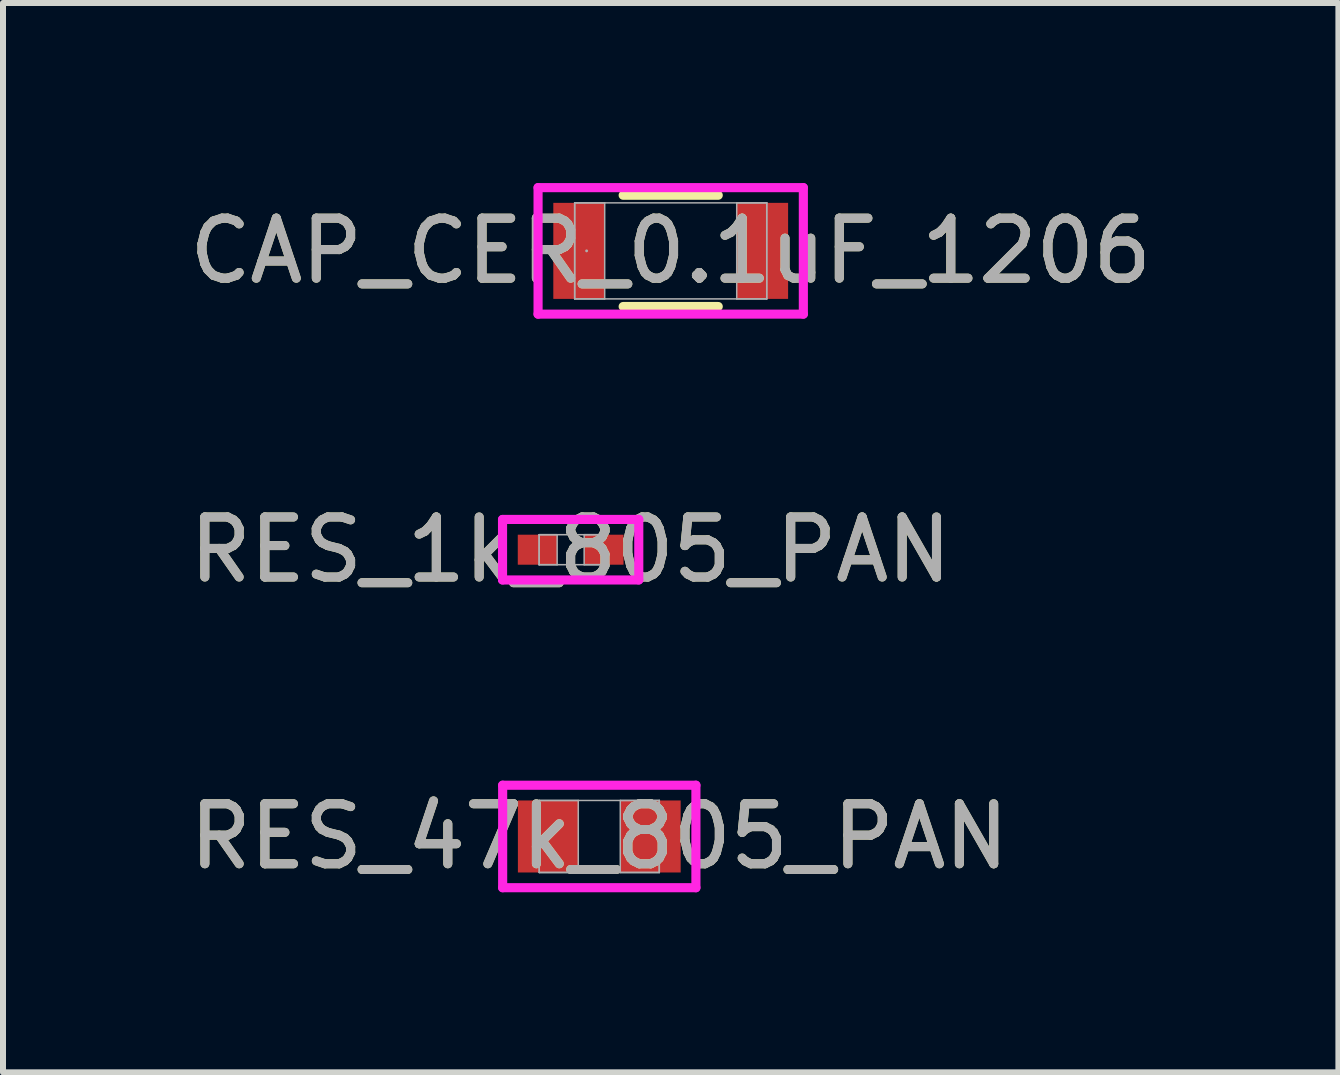
<source format=kicad_pcb>
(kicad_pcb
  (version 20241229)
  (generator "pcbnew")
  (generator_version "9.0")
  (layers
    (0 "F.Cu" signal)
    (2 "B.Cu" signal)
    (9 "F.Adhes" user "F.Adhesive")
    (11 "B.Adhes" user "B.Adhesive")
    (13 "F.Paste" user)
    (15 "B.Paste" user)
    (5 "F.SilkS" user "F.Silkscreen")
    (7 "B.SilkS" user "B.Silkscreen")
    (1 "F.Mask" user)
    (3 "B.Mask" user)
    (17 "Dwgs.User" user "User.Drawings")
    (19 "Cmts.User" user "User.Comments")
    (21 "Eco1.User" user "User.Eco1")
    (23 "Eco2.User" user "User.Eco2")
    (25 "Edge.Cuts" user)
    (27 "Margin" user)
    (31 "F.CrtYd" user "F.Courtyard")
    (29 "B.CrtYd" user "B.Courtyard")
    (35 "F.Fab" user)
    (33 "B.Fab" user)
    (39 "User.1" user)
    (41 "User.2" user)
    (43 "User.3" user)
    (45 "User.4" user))
  (footprint "RES_1k_805_PAN"
    (layer "F.Cu")
    (at 6.458 6.109)
    (property "Reference" "RES_1k_805_PAN" (at 0 0 0) (unlocked yes) (layer "F.SilkS") (effects (font (size 1 1) (thickness 0.15))))
    (attr smd)
    (fp_line (start -1.135 -0.504) (end 1.135 -0.504) (stroke (width 0.152) (type solid)) (layer "F.CrtYd"))
    (fp_line (start -1.135 0.504) (end -1.135 -0.504) (stroke (width 0.152) (type solid)) (layer "F.CrtYd"))
    (fp_line (start 1.135 -0.504) (end 1.135 0.504) (stroke (width 0.152) (type solid)) (layer "F.CrtYd"))
    (fp_line (start 1.135 0.504) (end -1.135 0.504) (stroke (width 0.152) (type solid)) (layer "F.CrtYd"))
    (fp_line (start -0.525 -0.25) (end -0.525 0.25) (stroke (width 0.025) (type solid)) (layer "F.Fab"))
    (fp_line (start -0.525 -0.25) (end -0.525 0.25) (stroke (width 0.025) (type solid)) (layer "F.Fab"))
    (fp_line (start -0.525 0.25) (end -0.225 0.25) (stroke (width 0.025) (type solid)) (layer "F.Fab"))
    (fp_line (start -0.525 0.25) (end 0.525 0.25) (stroke (width 0.025) (type solid)) (layer "F.Fab"))
    (fp_line (start -0.225 -0.25) (end -0.525 -0.25) (stroke (width 0.025) (type solid)) (layer "F.Fab"))
    (fp_line (start -0.225 0.25) (end -0.225 -0.25) (stroke (width 0.025) (type solid)) (layer "F.Fab"))
    (fp_line (start 0.225 -0.25) (end 0.225 0.25) (stroke (width 0.025) (type solid)) (layer "F.Fab"))
    (fp_line (start 0.225 0.25) (end 0.525 0.25) (stroke (width 0.025) (type solid)) (layer "F.Fab"))
    (fp_line (start 0.525 -0.25) (end -0.525 -0.25) (stroke (width 0.025) (type solid)) (layer "F.Fab"))
    (fp_line (start 0.525 -0.25) (end 0.225 -0.25) (stroke (width 0.025) (type solid)) (layer "F.Fab"))
    (fp_line (start 0.525 0.25) (end 0.525 -0.25) (stroke (width 0.025) (type solid)) (layer "F.Fab"))
    (fp_line (start 0.525 0.25) (end 0.525 -0.25) (stroke (width 0.025) (type solid)) (layer "F.Fab"))
    (fp_text user "${REFERENCE}" (at 0 0 0) (unlocked yes) (layer "F.Fab") (effects (font (size 1 1) (thickness 0.15))))
    (pad "1" smd rect (at -0.553 0) (size 0.656 0.5) (layers "F.Cu" "F.Mask" "F.Paste"))
    (pad "2" smd rect (at 0.553 0) (size 0.656 0.5) (layers "F.Cu" "F.Mask" "F.Paste"))
    (zone (net_name "") (layer "F.Cu") (hatch full 0.508) (connect_pads) (min_thickness 0.254) (filled_areas_thickness no) (keepout (tracks not_allowed) (vias not_allowed) (pads allowed) (copperpour not_allowed) (footprints allowed)) (placement (enabled no)) (fill) (polygon (pts (xy 6.284 5.909) (xy 6.633 5.909) (xy 6.633 6.308) (xy 6.284 6.308)))))
  (footprint "RES_47k_805_PAN"
    (layer "F.Cu")
    (at 6.935 10.887)
    (property "Reference" "RES_47k_805_PAN" (at 0 0 0) (unlocked yes) (layer "F.SilkS") (effects (font (size 1 1) (thickness 0.15))))
    (attr smd)
    (fp_line (start -1.61 -0.854) (end 1.61 -0.854) (stroke (width 0.152) (type solid)) (layer "F.CrtYd"))
    (fp_line (start -1.61 0.854) (end -1.61 -0.854) (stroke (width 0.152) (type solid)) (layer "F.CrtYd"))
    (fp_line (start 1.61 -0.854) (end 1.61 0.854) (stroke (width 0.152) (type solid)) (layer "F.CrtYd"))
    (fp_line (start 1.61 0.854) (end -1.61 0.854) (stroke (width 0.152) (type solid)) (layer "F.CrtYd"))
    (fp_line (start -1 -0.6) (end -1 0.6) (stroke (width 0.025) (type solid)) (layer "F.Fab"))
    (fp_line (start -1 -0.6) (end -1 0.6) (stroke (width 0.025) (type solid)) (layer "F.Fab"))
    (fp_line (start -1 0.6) (end -0.35 0.6) (stroke (width 0.025) (type solid)) (layer "F.Fab"))
    (fp_line (start -1 0.6) (end 1 0.6) (stroke (width 0.025) (type solid)) (layer "F.Fab"))
    (fp_line (start -0.35 -0.6) (end -1 -0.6) (stroke (width 0.025) (type solid)) (layer "F.Fab"))
    (fp_line (start -0.35 0.6) (end -0.35 -0.6) (stroke (width 0.025) (type solid)) (layer "F.Fab"))
    (fp_line (start 0.35 -0.6) (end 0.35 0.6) (stroke (width 0.025) (type solid)) (layer "F.Fab"))
    (fp_line (start 0.35 0.6) (end 1 0.6) (stroke (width 0.025) (type solid)) (layer "F.Fab"))
    (fp_line (start 1 -0.6) (end -1 -0.6) (stroke (width 0.025) (type solid)) (layer "F.Fab"))
    (fp_line (start 1 -0.6) (end 0.35 -0.6) (stroke (width 0.025) (type solid)) (layer "F.Fab"))
    (fp_line (start 1 0.6) (end 1 -0.6) (stroke (width 0.025) (type solid)) (layer "F.Fab"))
    (fp_line (start 1 0.6) (end 1 -0.6) (stroke (width 0.025) (type solid)) (layer "F.Fab"))
    (fp_text user "${REFERENCE}" (at 0 0 0) (unlocked yes) (layer "F.Fab") (effects (font (size 1 1) (thickness 0.15))))
    (pad "1" smd rect (at -0.853 0) (size 1.006 1.2) (layers "F.Cu" "F.Mask" "F.Paste"))
    (pad "2" smd rect (at 0.853 0) (size 1.006 1.2) (layers "F.Cu" "F.Mask" "F.Paste"))
    (zone (net_name "") (layer "F.Cu") (hatch full 0.508) (connect_pads) (min_thickness 0.254) (filled_areas_thickness no) (keepout (tracks not_allowed) (vias not_allowed) (pads allowed) (copperpour not_allowed) (footprints allowed)) (placement (enabled no)) (fill) (polygon (pts (xy 6.635 10.338) (xy 7.234 10.338) (xy 7.234 11.436) (xy 6.635 11.436)))))
  (footprint "CAP_CER_0.1uF_1206"
    (layer "F.Cu")
    (at 8.125 1.13)
    (property "Reference" "CAP_CER_0.1uF_1206" (at 0 0 0) (unlocked yes) (layer "F.SilkS") (effects (font (size 1 1) (thickness 0.15))))
    (attr smd)
    (fp_line (start -0.792 0.927) (end 0.792 0.927) (stroke (width 0.152) (type solid)) (layer "F.SilkS"))
    (fp_line (start 0.792 -0.927) (end -0.792 -0.927) (stroke (width 0.152) (type solid)) (layer "F.SilkS"))
    (fp_line (start -2.21 -1.054) (end 2.21 -1.054) (stroke (width 0.152) (type solid)) (layer "F.CrtYd"))
    (fp_line (start -2.21 1.054) (end -2.21 -1.054) (stroke (width 0.152) (type solid)) (layer "F.CrtYd"))
    (fp_line (start 2.21 -1.054) (end 2.21 1.054) (stroke (width 0.152) (type solid)) (layer "F.CrtYd"))
    (fp_line (start 2.21 1.054) (end -2.21 1.054) (stroke (width 0.152) (type solid)) (layer "F.CrtYd"))
    (fp_line (start -1.6 -0.8) (end -1.6 0.8) (stroke (width 0.025) (type solid)) (layer "F.Fab"))
    (fp_line (start -1.6 -0.8) (end -1.6 0.8) (stroke (width 0.025) (type solid)) (layer "F.Fab"))
    (fp_line (start -1.6 0.8) (end -1.1 0.8) (stroke (width 0.025) (type solid)) (layer "F.Fab"))
    (fp_line (start -1.6 0.8) (end 1.6 0.8) (stroke (width 0.025) (type solid)) (layer "F.Fab"))
    (fp_line (start -1.1 -0.8) (end -1.6 -0.8) (stroke (width 0.025) (type solid)) (layer "F.Fab"))
    (fp_line (start -1.1 0.8) (end -1.1 -0.8) (stroke (width 0.025) (type solid)) (layer "F.Fab"))
    (fp_line (start 1.1 -0.8) (end 1.1 0.8) (stroke (width 0.025) (type solid)) (layer "F.Fab"))
    (fp_line (start 1.1 0.8) (end 1.6 0.8) (stroke (width 0.025) (type solid)) (layer "F.Fab"))
    (fp_line (start 1.6 -0.8) (end -1.6 -0.8) (stroke (width 0.025) (type solid)) (layer "F.Fab"))
    (fp_line (start 1.6 -0.8) (end 1.1 -0.8) (stroke (width 0.025) (type solid)) (layer "F.Fab"))
    (fp_line (start 1.6 0.8) (end 1.6 -0.8) (stroke (width 0.025) (type solid)) (layer "F.Fab"))
    (fp_line (start 1.6 0.8) (end 1.6 -0.8) (stroke (width 0.025) (type solid)) (layer "F.Fab"))
    (fp_circle (center -1.401 0) (end -1.401 0) (stroke (width 0.025) (type solid)) (fill no) (layer "F.Fab"))
    (fp_text user "${REFERENCE}" (at 0 0 0) (unlocked yes) (layer "F.Fab") (effects (font (size 1 1) (thickness 0.15))))
    (pad "1" smd rect (at -1.528 0) (size 0.856 1.6) (layers "F.Cu" "F.Mask" "F.Paste"))
    (pad "2" smd rect (at 1.528 0) (size 0.856 1.6) (layers "F.Cu" "F.Mask" "F.Paste"))
    (zone (net_name "") (layer "F.Cu") (hatch full 0.508) (connect_pads) (min_thickness 0.254) (filled_areas_thickness no) (keepout (tracks not_allowed) (vias not_allowed) (pads allowed) (copperpour not_allowed) (footprints allowed)) (placement (enabled no)) (fill) (polygon (pts (xy 7.076 0.381) (xy 9.174 0.381) (xy 9.174 1.879) (xy 7.076 1.879)))))
  (gr_rect
    (start -3 -3)
    (end 19.25 14.817)
    (stroke (width 0.1) (type default))
    (fill no)
    (layer "Edge.Cuts")))
</source>
